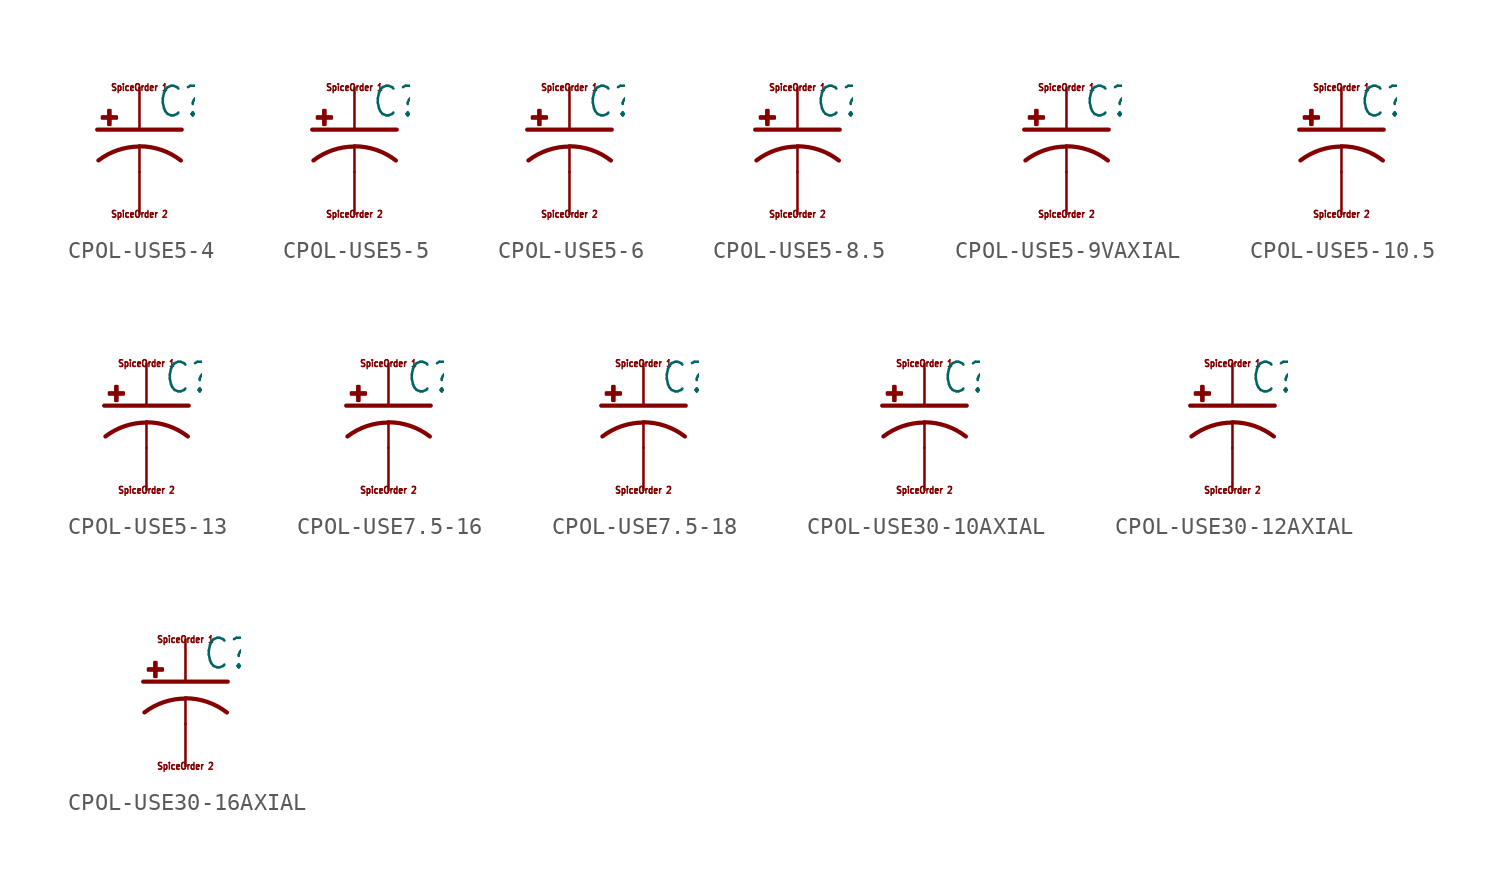
<source format=kicad_sym>
(kicad_symbol_lib
  (version 20231120)
  (generator "kicad_symbol_editor")
  (generator_version "8.0")
  (symbol "CPOL-USE5-4"
    (property "Reference" "C"
      (at 1.016 0.635 0)
      (effects (font (size 1.778 1.511)) (justify left bottom)))
    (property "Value" ""
      (at 1.016 -4.191 0)
      (effects (font (size 1.778 1.511)) (justify left bottom)))
    (property "ki_locked" ""
      (at 0 0 0)
      (effects (font (size 1.27 1.27))))
    (symbol "CPOL-USE5-4_1_0"
      (rectangle (start -2.253 0.668) (end -1.364 0.795) (stroke (width 0) (type default)) (fill (type outline)))
      (rectangle (start -1.872 0.287) (end -1.745 1.176) (stroke (width 0) (type default)) (fill (type outline)))
      (arc (start 0 -1.0161) (mid -1.3021 -1.2303) (end -2.4669 -1.8504) (stroke (width 0.254) (type solid)) (fill (type none)))
      (polyline (pts (xy -2.54 0) (xy 2.54 0)) (stroke (width 0.254) (type solid)) (fill (type none)))
      (polyline (pts (xy 0 -1.016) (xy 0 -2.54)) (stroke (width 0.152) (type solid)) (fill (type none)))
      (arc (start 2.4892 -1.8541) (mid 1.3158 -1.2194) (end 0 -1) (stroke (width 0.254) (type solid)) (fill (type none)))
      (text "SpiceOrder 1" (at 0 2.54 0) (effects (font (size 0.406 0.345))))
      (text "SpiceOrder 2" (at 0 -5.08 0) (effects (font (size 0.406 0.345))))
      (pin passive line (at 0 2.54 270) (length 2.54) (name "+" (effects (font (size 0 0)))) (number "+" (effects (font (size 0 0)))))
      (pin passive line (at 0 -5.08 90) (length 2.54) (name "-" (effects (font (size 0 0)))) (number "-" (effects (font (size 0 0)))))))
  (symbol "CPOL-USE5-5"
    (property "Reference" "C"
      (at 1.016 0.635 0)
      (effects (font (size 1.778 1.511)) (justify left bottom)))
    (property "Value" ""
      (at 1.016 -4.191 0)
      (effects (font (size 1.778 1.511)) (justify left bottom)))
    (property "ki_locked" ""
      (at 0 0 0)
      (effects (font (size 1.27 1.27))))
    (symbol "CPOL-USE5-5_1_0"
      (rectangle (start -2.253 0.668) (end -1.364 0.795) (stroke (width 0) (type default)) (fill (type outline)))
      (rectangle (start -1.872 0.287) (end -1.745 1.176) (stroke (width 0) (type default)) (fill (type outline)))
      (arc (start 0 -1.0161) (mid -1.3021 -1.2303) (end -2.4669 -1.8504) (stroke (width 0.254) (type solid)) (fill (type none)))
      (polyline (pts (xy -2.54 0) (xy 2.54 0)) (stroke (width 0.254) (type solid)) (fill (type none)))
      (polyline (pts (xy 0 -1.016) (xy 0 -2.54)) (stroke (width 0.152) (type solid)) (fill (type none)))
      (arc (start 2.4892 -1.8541) (mid 1.3158 -1.2194) (end 0 -1) (stroke (width 0.254) (type solid)) (fill (type none)))
      (text "SpiceOrder 1" (at 0 2.54 0) (effects (font (size 0.406 0.345))))
      (text "SpiceOrder 2" (at 0 -5.08 0) (effects (font (size 0.406 0.345))))
      (pin passive line (at 0 2.54 270) (length 2.54) (name "+" (effects (font (size 0 0)))) (number "+" (effects (font (size 0 0)))))
      (pin passive line (at 0 -5.08 90) (length 2.54) (name "-" (effects (font (size 0 0)))) (number "-" (effects (font (size 0 0)))))))
  (symbol "CPOL-USE5-6"
    (property "Reference" "C"
      (at 1.016 0.635 0)
      (effects (font (size 1.778 1.511)) (justify left bottom)))
    (property "Value" ""
      (at 1.016 -4.191 0)
      (effects (font (size 1.778 1.511)) (justify left bottom)))
    (property "ki_locked" ""
      (at 0 0 0)
      (effects (font (size 1.27 1.27))))
    (symbol "CPOL-USE5-6_1_0"
      (rectangle (start -2.253 0.668) (end -1.364 0.795) (stroke (width 0) (type default)) (fill (type outline)))
      (rectangle (start -1.872 0.287) (end -1.745 1.176) (stroke (width 0) (type default)) (fill (type outline)))
      (arc (start 0 -1.0161) (mid -1.3021 -1.2303) (end -2.4669 -1.8504) (stroke (width 0.254) (type solid)) (fill (type none)))
      (polyline (pts (xy -2.54 0) (xy 2.54 0)) (stroke (width 0.254) (type solid)) (fill (type none)))
      (polyline (pts (xy 0 -1.016) (xy 0 -2.54)) (stroke (width 0.152) (type solid)) (fill (type none)))
      (arc (start 2.4892 -1.8541) (mid 1.3158 -1.2194) (end 0 -1) (stroke (width 0.254) (type solid)) (fill (type none)))
      (text "SpiceOrder 1" (at 0 2.54 0) (effects (font (size 0.406 0.345))))
      (text "SpiceOrder 2" (at 0 -5.08 0) (effects (font (size 0.406 0.345))))
      (pin passive line (at 0 2.54 270) (length 2.54) (name "+" (effects (font (size 0 0)))) (number "+" (effects (font (size 0 0)))))
      (pin passive line (at 0 -5.08 90) (length 2.54) (name "-" (effects (font (size 0 0)))) (number "-" (effects (font (size 0 0)))))))
  (symbol "CPOL-USE5-8.5"
    (property "Reference" "C"
      (at 1.016 0.635 0)
      (effects (font (size 1.778 1.511)) (justify left bottom)))
    (property "Value" ""
      (at 1.016 -4.191 0)
      (effects (font (size 1.778 1.511)) (justify left bottom)))
    (property "ki_locked" ""
      (at 0 0 0)
      (effects (font (size 1.27 1.27))))
    (symbol "CPOL-USE5-8.5_1_0"
      (rectangle (start -2.253 0.668) (end -1.364 0.795) (stroke (width 0) (type default)) (fill (type outline)))
      (rectangle (start -1.872 0.287) (end -1.745 1.176) (stroke (width 0) (type default)) (fill (type outline)))
      (arc (start 0 -1.0161) (mid -1.3021 -1.2303) (end -2.4669 -1.8504) (stroke (width 0.254) (type solid)) (fill (type none)))
      (polyline (pts (xy -2.54 0) (xy 2.54 0)) (stroke (width 0.254) (type solid)) (fill (type none)))
      (polyline (pts (xy 0 -1.016) (xy 0 -2.54)) (stroke (width 0.152) (type solid)) (fill (type none)))
      (arc (start 2.4892 -1.8541) (mid 1.3158 -1.2194) (end 0 -1) (stroke (width 0.254) (type solid)) (fill (type none)))
      (text "SpiceOrder 1" (at 0 2.54 0) (effects (font (size 0.406 0.345))))
      (text "SpiceOrder 2" (at 0 -5.08 0) (effects (font (size 0.406 0.345))))
      (pin passive line (at 0 2.54 270) (length 2.54) (name "+" (effects (font (size 0 0)))) (number "+" (effects (font (size 0 0)))))
      (pin passive line (at 0 -5.08 90) (length 2.54) (name "-" (effects (font (size 0 0)))) (number "-" (effects (font (size 0 0)))))))
  (symbol "CPOL-USE5-9VAXIAL"
    (property "Reference" "C"
      (at 1.016 0.635 0)
      (effects (font (size 1.778 1.511)) (justify left bottom)))
    (property "Value" ""
      (at 1.016 -4.191 0)
      (effects (font (size 1.778 1.511)) (justify left bottom)))
    (property "ki_locked" ""
      (at 0 0 0)
      (effects (font (size 1.27 1.27))))
    (symbol "CPOL-USE5-9VAXIAL_1_0"
      (rectangle (start -2.253 0.668) (end -1.364 0.795) (stroke (width 0) (type default)) (fill (type outline)))
      (rectangle (start -1.872 0.287) (end -1.745 1.176) (stroke (width 0) (type default)) (fill (type outline)))
      (arc (start 0 -1.0161) (mid -1.3021 -1.2303) (end -2.4669 -1.8504) (stroke (width 0.254) (type solid)) (fill (type none)))
      (polyline (pts (xy -2.54 0) (xy 2.54 0)) (stroke (width 0.254) (type solid)) (fill (type none)))
      (polyline (pts (xy 0 -1.016) (xy 0 -2.54)) (stroke (width 0.152) (type solid)) (fill (type none)))
      (arc (start 2.4892 -1.8541) (mid 1.3158 -1.2194) (end 0 -1) (stroke (width 0.254) (type solid)) (fill (type none)))
      (text "SpiceOrder 1" (at 0 2.54 0) (effects (font (size 0.406 0.345))))
      (text "SpiceOrder 2" (at 0 -5.08 0) (effects (font (size 0.406 0.345))))
      (pin passive line (at 0 2.54 270) (length 2.54) (name "+" (effects (font (size 0 0)))) (number "+" (effects (font (size 0 0)))))
      (pin passive line (at 0 -5.08 90) (length 2.54) (name "-" (effects (font (size 0 0)))) (number "-" (effects (font (size 0 0)))))))
  (symbol "CPOL-USE5-10.5"
    (property "Reference" "C"
      (at 1.016 0.635 0)
      (effects (font (size 1.778 1.511)) (justify left bottom)))
    (property "Value" ""
      (at 1.016 -4.191 0)
      (effects (font (size 1.778 1.511)) (justify left bottom)))
    (property "ki_locked" ""
      (at 0 0 0)
      (effects (font (size 1.27 1.27))))
    (symbol "CPOL-USE5-10.5_1_0"
      (rectangle (start -2.253 0.668) (end -1.364 0.795) (stroke (width 0) (type default)) (fill (type outline)))
      (rectangle (start -1.872 0.287) (end -1.745 1.176) (stroke (width 0) (type default)) (fill (type outline)))
      (arc (start 0 -1.0161) (mid -1.3021 -1.2303) (end -2.4669 -1.8504) (stroke (width 0.254) (type solid)) (fill (type none)))
      (polyline (pts (xy -2.54 0) (xy 2.54 0)) (stroke (width 0.254) (type solid)) (fill (type none)))
      (polyline (pts (xy 0 -1.016) (xy 0 -2.54)) (stroke (width 0.152) (type solid)) (fill (type none)))
      (arc (start 2.4892 -1.8541) (mid 1.3158 -1.2194) (end 0 -1) (stroke (width 0.254) (type solid)) (fill (type none)))
      (text "SpiceOrder 1" (at 0 2.54 0) (effects (font (size 0.406 0.345))))
      (text "SpiceOrder 2" (at 0 -5.08 0) (effects (font (size 0.406 0.345))))
      (pin passive line (at 0 2.54 270) (length 2.54) (name "+" (effects (font (size 0 0)))) (number "+" (effects (font (size 0 0)))))
      (pin passive line (at 0 -5.08 90) (length 2.54) (name "-" (effects (font (size 0 0)))) (number "-" (effects (font (size 0 0)))))))
  (symbol "CPOL-USE5-13"
    (property "Reference" "C"
      (at 1.016 0.635 0)
      (effects (font (size 1.778 1.511)) (justify left bottom)))
    (property "Value" ""
      (at 1.016 -4.191 0)
      (effects (font (size 1.778 1.511)) (justify left bottom)))
    (property "ki_locked" ""
      (at 0 0 0)
      (effects (font (size 1.27 1.27))))
    (symbol "CPOL-USE5-13_1_0"
      (rectangle (start -2.253 0.668) (end -1.364 0.795) (stroke (width 0) (type default)) (fill (type outline)))
      (rectangle (start -1.872 0.287) (end -1.745 1.176) (stroke (width 0) (type default)) (fill (type outline)))
      (arc (start 0 -1.0161) (mid -1.3021 -1.2303) (end -2.4669 -1.8504) (stroke (width 0.254) (type solid)) (fill (type none)))
      (polyline (pts (xy -2.54 0) (xy 2.54 0)) (stroke (width 0.254) (type solid)) (fill (type none)))
      (polyline (pts (xy 0 -1.016) (xy 0 -2.54)) (stroke (width 0.152) (type solid)) (fill (type none)))
      (arc (start 2.4892 -1.8541) (mid 1.3158 -1.2194) (end 0 -1) (stroke (width 0.254) (type solid)) (fill (type none)))
      (text "SpiceOrder 1" (at 0 2.54 0) (effects (font (size 0.406 0.345))))
      (text "SpiceOrder 2" (at 0 -5.08 0) (effects (font (size 0.406 0.345))))
      (pin passive line (at 0 2.54 270) (length 2.54) (name "+" (effects (font (size 0 0)))) (number "+" (effects (font (size 0 0)))))
      (pin passive line (at 0 -5.08 90) (length 2.54) (name "-" (effects (font (size 0 0)))) (number "-" (effects (font (size 0 0)))))))
  (symbol "CPOL-USE7.5-16"
    (property "Reference" "C"
      (at 1.016 0.635 0)
      (effects (font (size 1.778 1.511)) (justify left bottom)))
    (property "Value" ""
      (at 1.016 -4.191 0)
      (effects (font (size 1.778 1.511)) (justify left bottom)))
    (property "ki_locked" ""
      (at 0 0 0)
      (effects (font (size 1.27 1.27))))
    (symbol "CPOL-USE7.5-16_1_0"
      (rectangle (start -2.253 0.668) (end -1.364 0.795) (stroke (width 0) (type default)) (fill (type outline)))
      (rectangle (start -1.872 0.287) (end -1.745 1.176) (stroke (width 0) (type default)) (fill (type outline)))
      (arc (start 0 -1.0161) (mid -1.3021 -1.2303) (end -2.4669 -1.8504) (stroke (width 0.254) (type solid)) (fill (type none)))
      (polyline (pts (xy -2.54 0) (xy 2.54 0)) (stroke (width 0.254) (type solid)) (fill (type none)))
      (polyline (pts (xy 0 -1.016) (xy 0 -2.54)) (stroke (width 0.152) (type solid)) (fill (type none)))
      (arc (start 2.4892 -1.8541) (mid 1.3158 -1.2194) (end 0 -1) (stroke (width 0.254) (type solid)) (fill (type none)))
      (text "SpiceOrder 1" (at 0 2.54 0) (effects (font (size 0.406 0.345))))
      (text "SpiceOrder 2" (at 0 -5.08 0) (effects (font (size 0.406 0.345))))
      (pin passive line (at 0 2.54 270) (length 2.54) (name "+" (effects (font (size 0 0)))) (number "+" (effects (font (size 0 0)))))
      (pin passive line (at 0 -5.08 90) (length 2.54) (name "-" (effects (font (size 0 0)))) (number "-" (effects (font (size 0 0)))))))
  (symbol "CPOL-USE7.5-18"
    (property "Reference" "C"
      (at 1.016 0.635 0)
      (effects (font (size 1.778 1.511)) (justify left bottom)))
    (property "Value" ""
      (at 1.016 -4.191 0)
      (effects (font (size 1.778 1.511)) (justify left bottom)))
    (property "ki_locked" ""
      (at 0 0 0)
      (effects (font (size 1.27 1.27))))
    (symbol "CPOL-USE7.5-18_1_0"
      (rectangle (start -2.253 0.668) (end -1.364 0.795) (stroke (width 0) (type default)) (fill (type outline)))
      (rectangle (start -1.872 0.287) (end -1.745 1.176) (stroke (width 0) (type default)) (fill (type outline)))
      (arc (start 0 -1.0161) (mid -1.3021 -1.2303) (end -2.4669 -1.8504) (stroke (width 0.254) (type solid)) (fill (type none)))
      (polyline (pts (xy -2.54 0) (xy 2.54 0)) (stroke (width 0.254) (type solid)) (fill (type none)))
      (polyline (pts (xy 0 -1.016) (xy 0 -2.54)) (stroke (width 0.152) (type solid)) (fill (type none)))
      (arc (start 2.4892 -1.8541) (mid 1.3158 -1.2194) (end 0 -1) (stroke (width 0.254) (type solid)) (fill (type none)))
      (text "SpiceOrder 1" (at 0 2.54 0) (effects (font (size 0.406 0.345))))
      (text "SpiceOrder 2" (at 0 -5.08 0) (effects (font (size 0.406 0.345))))
      (pin passive line (at 0 2.54 270) (length 2.54) (name "+" (effects (font (size 0 0)))) (number "+" (effects (font (size 0 0)))))
      (pin passive line (at 0 -5.08 90) (length 2.54) (name "-" (effects (font (size 0 0)))) (number "-" (effects (font (size 0 0)))))))
  (symbol "CPOL-USE30-10AXIAL"
    (property "Reference" "C"
      (at 1.016 0.635 0)
      (effects (font (size 1.778 1.511)) (justify left bottom)))
    (property "Value" ""
      (at 1.016 -4.191 0)
      (effects (font (size 1.778 1.511)) (justify left bottom)))
    (property "ki_locked" ""
      (at 0 0 0)
      (effects (font (size 1.27 1.27))))
    (symbol "CPOL-USE30-10AXIAL_1_0"
      (rectangle (start -2.253 0.668) (end -1.364 0.795) (stroke (width 0) (type default)) (fill (type outline)))
      (rectangle (start -1.872 0.287) (end -1.745 1.176) (stroke (width 0) (type default)) (fill (type outline)))
      (arc (start 0 -1.0161) (mid -1.3021 -1.2303) (end -2.4669 -1.8504) (stroke (width 0.254) (type solid)) (fill (type none)))
      (polyline (pts (xy -2.54 0) (xy 2.54 0)) (stroke (width 0.254) (type solid)) (fill (type none)))
      (polyline (pts (xy 0 -1.016) (xy 0 -2.54)) (stroke (width 0.152) (type solid)) (fill (type none)))
      (arc (start 2.4892 -1.8541) (mid 1.3158 -1.2194) (end 0 -1) (stroke (width 0.254) (type solid)) (fill (type none)))
      (text "SpiceOrder 1" (at 0 2.54 0) (effects (font (size 0.406 0.345))))
      (text "SpiceOrder 2" (at 0 -5.08 0) (effects (font (size 0.406 0.345))))
      (pin passive line (at 0 2.54 270) (length 2.54) (name "+" (effects (font (size 0 0)))) (number "+" (effects (font (size 0 0)))))
      (pin passive line (at 0 -5.08 90) (length 2.54) (name "-" (effects (font (size 0 0)))) (number "-" (effects (font (size 0 0)))))))
  (symbol "CPOL-USE30-12AXIAL"
    (property "Reference" "C"
      (at 1.016 0.635 0)
      (effects (font (size 1.778 1.511)) (justify left bottom)))
    (property "Value" ""
      (at 1.016 -4.191 0)
      (effects (font (size 1.778 1.511)) (justify left bottom)))
    (property "ki_locked" ""
      (at 0 0 0)
      (effects (font (size 1.27 1.27))))
    (symbol "CPOL-USE30-12AXIAL_1_0"
      (rectangle (start -2.253 0.668) (end -1.364 0.795) (stroke (width 0) (type default)) (fill (type outline)))
      (rectangle (start -1.872 0.287) (end -1.745 1.176) (stroke (width 0) (type default)) (fill (type outline)))
      (arc (start 0 -1.0161) (mid -1.3021 -1.2303) (end -2.4669 -1.8504) (stroke (width 0.254) (type solid)) (fill (type none)))
      (polyline (pts (xy -2.54 0) (xy 2.54 0)) (stroke (width 0.254) (type solid)) (fill (type none)))
      (polyline (pts (xy 0 -1.016) (xy 0 -2.54)) (stroke (width 0.152) (type solid)) (fill (type none)))
      (arc (start 2.4892 -1.8541) (mid 1.3158 -1.2194) (end 0 -1) (stroke (width 0.254) (type solid)) (fill (type none)))
      (text "SpiceOrder 1" (at 0 2.54 0) (effects (font (size 0.406 0.345))))
      (text "SpiceOrder 2" (at 0 -5.08 0) (effects (font (size 0.406 0.345))))
      (pin passive line (at 0 2.54 270) (length 2.54) (name "+" (effects (font (size 0 0)))) (number "+" (effects (font (size 0 0)))))
      (pin passive line (at 0 -5.08 90) (length 2.54) (name "-" (effects (font (size 0 0)))) (number "-" (effects (font (size 0 0)))))))
  (symbol "CPOL-USE30-16AXIAL"
    (property "Reference" "C"
      (at 1.016 0.635 0)
      (effects (font (size 1.778 1.511)) (justify left bottom)))
    (property "Value" ""
      (at 1.016 -4.191 0)
      (effects (font (size 1.778 1.511)) (justify left bottom)))
    (property "ki_locked" ""
      (at 0 0 0)
      (effects (font (size 1.27 1.27))))
    (symbol "CPOL-USE30-16AXIAL_1_0"
      (rectangle (start -2.253 0.668) (end -1.364 0.795) (stroke (width 0) (type default)) (fill (type outline)))
      (rectangle (start -1.872 0.287) (end -1.745 1.176) (stroke (width 0) (type default)) (fill (type outline)))
      (arc (start 0 -1.0161) (mid -1.3021 -1.2303) (end -2.4669 -1.8504) (stroke (width 0.254) (type solid)) (fill (type none)))
      (polyline (pts (xy -2.54 0) (xy 2.54 0)) (stroke (width 0.254) (type solid)) (fill (type none)))
      (polyline (pts (xy 0 -1.016) (xy 0 -2.54)) (stroke (width 0.152) (type solid)) (fill (type none)))
      (arc (start 2.4892 -1.8541) (mid 1.3158 -1.2194) (end 0 -1) (stroke (width 0.254) (type solid)) (fill (type none)))
      (text "SpiceOrder 1" (at 0 2.54 0) (effects (font (size 0.406 0.345))))
      (text "SpiceOrder 2" (at 0 -5.08 0) (effects (font (size 0.406 0.345))))
      (pin passive line (at 0 2.54 270) (length 2.54) (name "+" (effects (font (size 0 0)))) (number "+" (effects (font (size 0 0)))))
      (pin passive line (at 0 -5.08 90) (length 2.54) (name "-" (effects (font (size 0 0)))) (number "-" (effects (font (size 0 0))))))))
</source>
